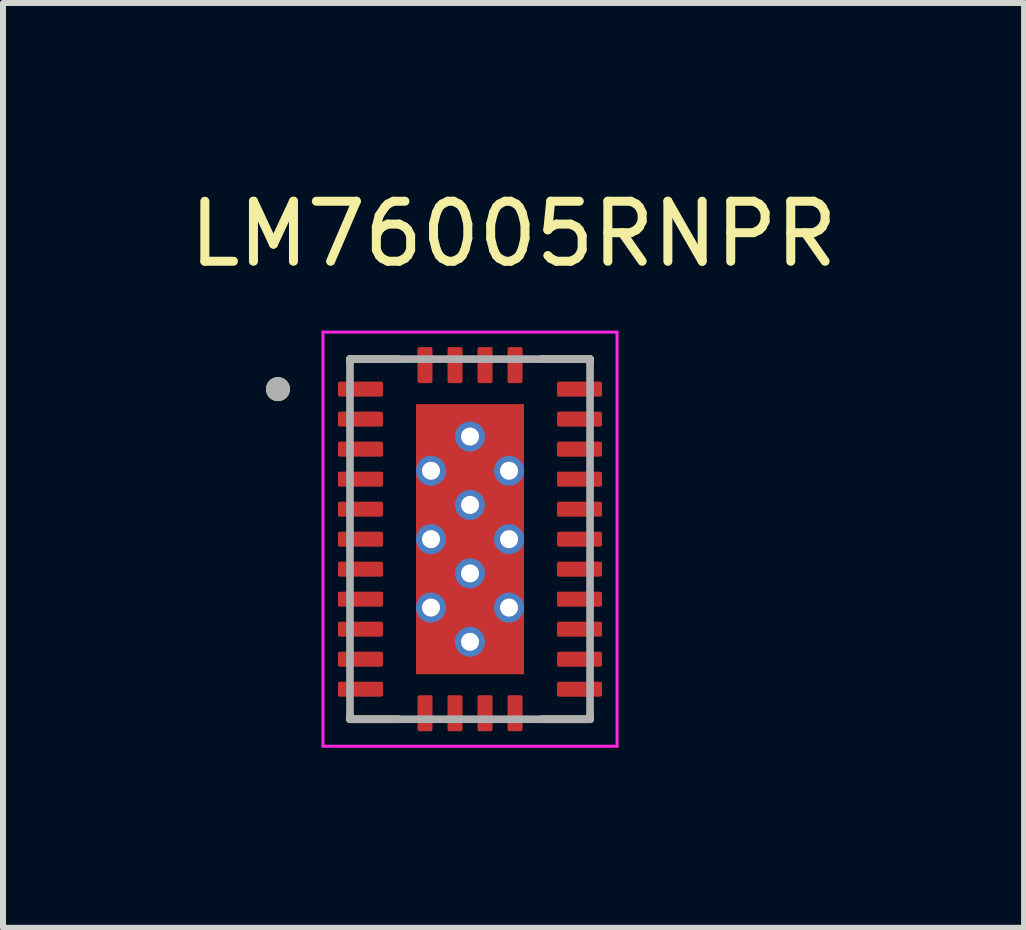
<source format=kicad_pcb>
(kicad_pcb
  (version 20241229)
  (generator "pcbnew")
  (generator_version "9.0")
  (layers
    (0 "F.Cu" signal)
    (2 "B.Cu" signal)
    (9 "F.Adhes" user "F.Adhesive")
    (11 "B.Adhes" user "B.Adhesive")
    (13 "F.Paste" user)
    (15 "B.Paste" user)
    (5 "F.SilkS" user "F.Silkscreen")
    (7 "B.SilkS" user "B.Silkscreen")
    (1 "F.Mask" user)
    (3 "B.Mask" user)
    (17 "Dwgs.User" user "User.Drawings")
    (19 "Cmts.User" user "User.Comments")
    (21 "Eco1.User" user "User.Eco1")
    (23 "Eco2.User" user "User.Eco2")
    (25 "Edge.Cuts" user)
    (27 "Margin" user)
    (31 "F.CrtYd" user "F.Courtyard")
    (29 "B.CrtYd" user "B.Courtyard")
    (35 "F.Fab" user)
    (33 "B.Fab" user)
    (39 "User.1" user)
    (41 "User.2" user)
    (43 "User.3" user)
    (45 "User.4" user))
  (footprint "LM76005RNPR"
    (layer "F.Cu")
    (at 4.781 5.933)
    (property "Reference" "LM76005RNPR" (at 0.725 -5.085 0) (layer "F.SilkS") (effects (font (size 1 1) (thickness 0.15))))
    (attr smd)
    (fp_line (start -2 -2.945) (end -2 -3) (stroke (width 0.127) (type solid)) (layer "F.SilkS"))
    (fp_line (start -2 3) (end -2 2.945) (stroke (width 0.127) (type solid)) (layer "F.SilkS"))
    (fp_line (start -1.195 -3) (end -2 -3) (stroke (width 0.127) (type solid)) (layer "F.SilkS"))
    (fp_line (start -1.195 3) (end -2 3) (stroke (width 0.127) (type solid)) (layer "F.SilkS"))
    (fp_line (start 2 -3) (end 1.195 -3) (stroke (width 0.127) (type solid)) (layer "F.SilkS"))
    (fp_line (start 2 -2.945) (end 2 -3) (stroke (width 0.127) (type solid)) (layer "F.SilkS"))
    (fp_line (start 2 3) (end 1.195 3) (stroke (width 0.127) (type solid)) (layer "F.SilkS"))
    (fp_line (start 2 3) (end 2 2.945) (stroke (width 0.127) (type solid)) (layer "F.SilkS"))
    (fp_circle (center -3.2 -2.5) (end -3.1 -2.5) (stroke (width 0.2) (type solid)) (fill no) (layer "F.SilkS"))
    (fp_poly (pts (xy -0.9 -2.18) (xy -0.1 -2.18) (xy -0.1 -1.24) (xy -0.9 -1.24)) (stroke (width 0.01) (type solid)) (fill yes) (layer "F.Paste"))
    (fp_poly (pts (xy -0.9 -1.04) (xy -0.1 -1.04) (xy -0.1 -0.1) (xy -0.9 -0.1)) (stroke (width 0.01) (type solid)) (fill yes) (layer "F.Paste"))
    (fp_poly (pts (xy -0.9 0.1) (xy -0.1 0.1) (xy -0.1 1.04) (xy -0.9 1.04)) (stroke (width 0.01) (type solid)) (fill yes) (layer "F.Paste"))
    (fp_poly (pts (xy -0.9 1.24) (xy -0.1 1.24) (xy -0.1 2.18) (xy -0.9 2.18)) (stroke (width 0.01) (type solid)) (fill yes) (layer "F.Paste"))
    (fp_poly (pts (xy 0.1 -2.18) (xy 0.9 -2.18) (xy 0.9 -1.24) (xy 0.1 -1.24)) (stroke (width 0.01) (type solid)) (fill yes) (layer "F.Paste"))
    (fp_poly (pts (xy 0.1 -1.04) (xy 0.9 -1.04) (xy 0.9 -0.1) (xy 0.1 -0.1)) (stroke (width 0.01) (type solid)) (fill yes) (layer "F.Paste"))
    (fp_poly (pts (xy 0.1 0.1) (xy 0.9 0.1) (xy 0.9 1.04) (xy 0.1 1.04)) (stroke (width 0.01) (type solid)) (fill yes) (layer "F.Paste"))
    (fp_poly (pts (xy 0.1 1.24) (xy 0.9 1.24) (xy 0.9 2.18) (xy 0.1 2.18)) (stroke (width 0.01) (type solid)) (fill yes) (layer "F.Paste"))
    (fp_line (start -2.45 -3.45) (end -2.45 3.45) (stroke (width 0.05) (type solid)) (layer "F.CrtYd"))
    (fp_line (start -2.45 3.45) (end 2.45 3.45) (stroke (width 0.05) (type solid)) (layer "F.CrtYd"))
    (fp_line (start 2.45 -3.45) (end -2.45 -3.45) (stroke (width 0.05) (type solid)) (layer "F.CrtYd"))
    (fp_line (start 2.45 3.45) (end 2.45 -3.45) (stroke (width 0.05) (type solid)) (layer "F.CrtYd"))
    (fp_line (start -2 3) (end -2 -3) (stroke (width 0.127) (type solid)) (layer "F.Fab"))
    (fp_line (start 2 -3) (end -2 -3) (stroke (width 0.127) (type solid)) (layer "F.Fab"))
    (fp_line (start 2 3) (end -2 3) (stroke (width 0.127) (type solid)) (layer "F.Fab"))
    (fp_line (start 2 3) (end 2 -3) (stroke (width 0.127) (type solid)) (layer "F.Fab"))
    (fp_circle (center -3.2 -2.5) (end -3.1 -2.5) (stroke (width 0.2) (type solid)) (fill no) (layer "F.Fab"))
    (pad "1" smd roundrect (at -1.825 -2.5) (size 0.75 0.25) (layers "F.Cu" "F.Mask" "F.Paste") (roundrect_rratio 0.125))
    (pad "2" smd roundrect (at -1.825 -2) (size 0.75 0.25) (layers "F.Cu" "F.Mask" "F.Paste") (roundrect_rratio 0.125))
    (pad "3" smd roundrect (at -1.825 -1.5) (size 0.75 0.25) (layers "F.Cu" "F.Mask" "F.Paste") (roundrect_rratio 0.125))
    (pad "4" smd roundrect (at -1.825 -1) (size 0.75 0.25) (layers "F.Cu" "F.Mask" "F.Paste") (roundrect_rratio 0.125))
    (pad "5" smd roundrect (at -1.825 -0.5) (size 0.75 0.25) (layers "F.Cu" "F.Mask" "F.Paste") (roundrect_rratio 0.125))
    (pad "6" smd roundrect (at -1.825 0) (size 0.75 0.25) (layers "F.Cu" "F.Mask" "F.Paste") (roundrect_rratio 0.125))
    (pad "7" smd roundrect (at -1.825 0.5) (size 0.75 0.25) (layers "F.Cu" "F.Mask" "F.Paste") (roundrect_rratio 0.125))
    (pad "8" smd roundrect (at -1.825 1) (size 0.75 0.25) (layers "F.Cu" "F.Mask" "F.Paste") (roundrect_rratio 0.125))
    (pad "9" smd roundrect (at -1.825 1.5) (size 0.75 0.25) (layers "F.Cu" "F.Mask" "F.Paste") (roundrect_rratio 0.125))
    (pad "10" smd roundrect (at -1.825 2) (size 0.75 0.25) (layers "F.Cu" "F.Mask" "F.Paste") (roundrect_rratio 0.125))
    (pad "11" smd roundrect (at -1.825 2.5) (size 0.75 0.25) (layers "F.Cu" "F.Mask" "F.Paste") (roundrect_rratio 0.125))
    (pad "12" smd roundrect (at -0.75 2.9) (size 0.25 0.6) (layers "F.Cu" "F.Mask" "F.Paste") (roundrect_rratio 0.125))
    (pad "13" smd roundrect (at -0.25 2.9) (size 0.25 0.6) (layers "F.Cu" "F.Mask" "F.Paste") (roundrect_rratio 0.125))
    (pad "14" smd roundrect (at 0.25 2.9) (size 0.25 0.6) (layers "F.Cu" "F.Mask" "F.Paste") (roundrect_rratio 0.125))
    (pad "15" smd roundrect (at 0.75 2.9) (size 0.25 0.6) (layers "F.Cu" "F.Mask" "F.Paste") (roundrect_rratio 0.125))
    (pad "16" smd roundrect (at 1.825 2.5) (size 0.75 0.25) (layers "F.Cu" "F.Mask" "F.Paste") (roundrect_rratio 0.125))
    (pad "17" smd roundrect (at 1.825 2) (size 0.75 0.25) (layers "F.Cu" "F.Mask" "F.Paste") (roundrect_rratio 0.125))
    (pad "18" smd roundrect (at 1.825 1.5) (size 0.75 0.25) (layers "F.Cu" "F.Mask" "F.Paste") (roundrect_rratio 0.125))
    (pad "19" smd roundrect (at 1.825 1) (size 0.75 0.25) (layers "F.Cu" "F.Mask" "F.Paste") (roundrect_rratio 0.125))
    (pad "20" smd roundrect (at 1.825 0.5) (size 0.75 0.25) (layers "F.Cu" "F.Mask" "F.Paste") (roundrect_rratio 0.125))
    (pad "21" smd roundrect (at 1.825 0) (size 0.75 0.25) (layers "F.Cu" "F.Mask" "F.Paste") (roundrect_rratio 0.125))
    (pad "22" smd roundrect (at 1.825 -0.5) (size 0.75 0.25) (layers "F.Cu" "F.Mask" "F.Paste") (roundrect_rratio 0.125))
    (pad "23" smd roundrect (at 1.825 -1) (size 0.75 0.25) (layers "F.Cu" "F.Mask" "F.Paste") (roundrect_rratio 0.125))
    (pad "24" smd roundrect (at 1.825 -1.5) (size 0.75 0.25) (layers "F.Cu" "F.Mask" "F.Paste") (roundrect_rratio 0.125))
    (pad "25" smd roundrect (at 1.825 -2) (size 0.75 0.25) (layers "F.Cu" "F.Mask" "F.Paste") (roundrect_rratio 0.125))
    (pad "26" smd roundrect (at 1.825 -2.5) (size 0.75 0.25) (layers "F.Cu" "F.Mask" "F.Paste") (roundrect_rratio 0.125))
    (pad "27" smd roundrect (at 0.75 -2.9) (size 0.25 0.6) (layers "F.Cu" "F.Mask" "F.Paste") (roundrect_rratio 0.125))
    (pad "28" smd roundrect (at 0.25 -2.9) (size 0.25 0.6) (layers "F.Cu" "F.Mask" "F.Paste") (roundrect_rratio 0.125))
    (pad "29" smd roundrect (at -0.25 -2.9) (size 0.25 0.6) (layers "F.Cu" "F.Mask" "F.Paste") (roundrect_rratio 0.125))
    (pad "30" smd roundrect (at -0.75 -2.9) (size 0.25 0.6) (layers "F.Cu" "F.Mask" "F.Paste") (roundrect_rratio 0.125))
    (pad "31" smd rect (at 0 0) (size 1.8 4.5) (layers "F.Cu" "F.Mask"))
    (pad "32" thru_hole circle (at 0 -1.71) (size 0.5 0.5) (drill 0.3) (layers "*.Cu"))
    (pad "33" thru_hole circle (at -0.65 -1.14) (size 0.5 0.5) (drill 0.3) (layers "*.Cu"))
    (pad "34" thru_hole circle (at 0.65 -1.14) (size 0.5 0.5) (drill 0.3) (layers "*.Cu"))
    (pad "35" thru_hole circle (at 0 -0.57) (size 0.5 0.5) (drill 0.3) (layers "*.Cu"))
    (pad "36" thru_hole circle (at -0.65 0) (size 0.5 0.5) (drill 0.3) (layers "*.Cu"))
    (pad "37" thru_hole circle (at 0.65 0) (size 0.5 0.5) (drill 0.3) (layers "*.Cu"))
    (pad "38" thru_hole circle (at 0 0.57) (size 0.5 0.5) (drill 0.3) (layers "*.Cu"))
    (pad "39" thru_hole circle (at -0.65 1.14) (size 0.5 0.5) (drill 0.3) (layers "*.Cu"))
    (pad "40" thru_hole circle (at 0.65 1.14) (size 0.5 0.5) (drill 0.3) (layers "*.Cu"))
    (pad "41" thru_hole circle (at 0 1.71) (size 0.5 0.5) (drill 0.3) (layers "*.Cu")))
  (gr_rect
    (start -3 -3)
    (end 14.012 12.408)
    (stroke (width 0.1) (type default))
    (fill no)
    (layer "Edge.Cuts")))
</source>
